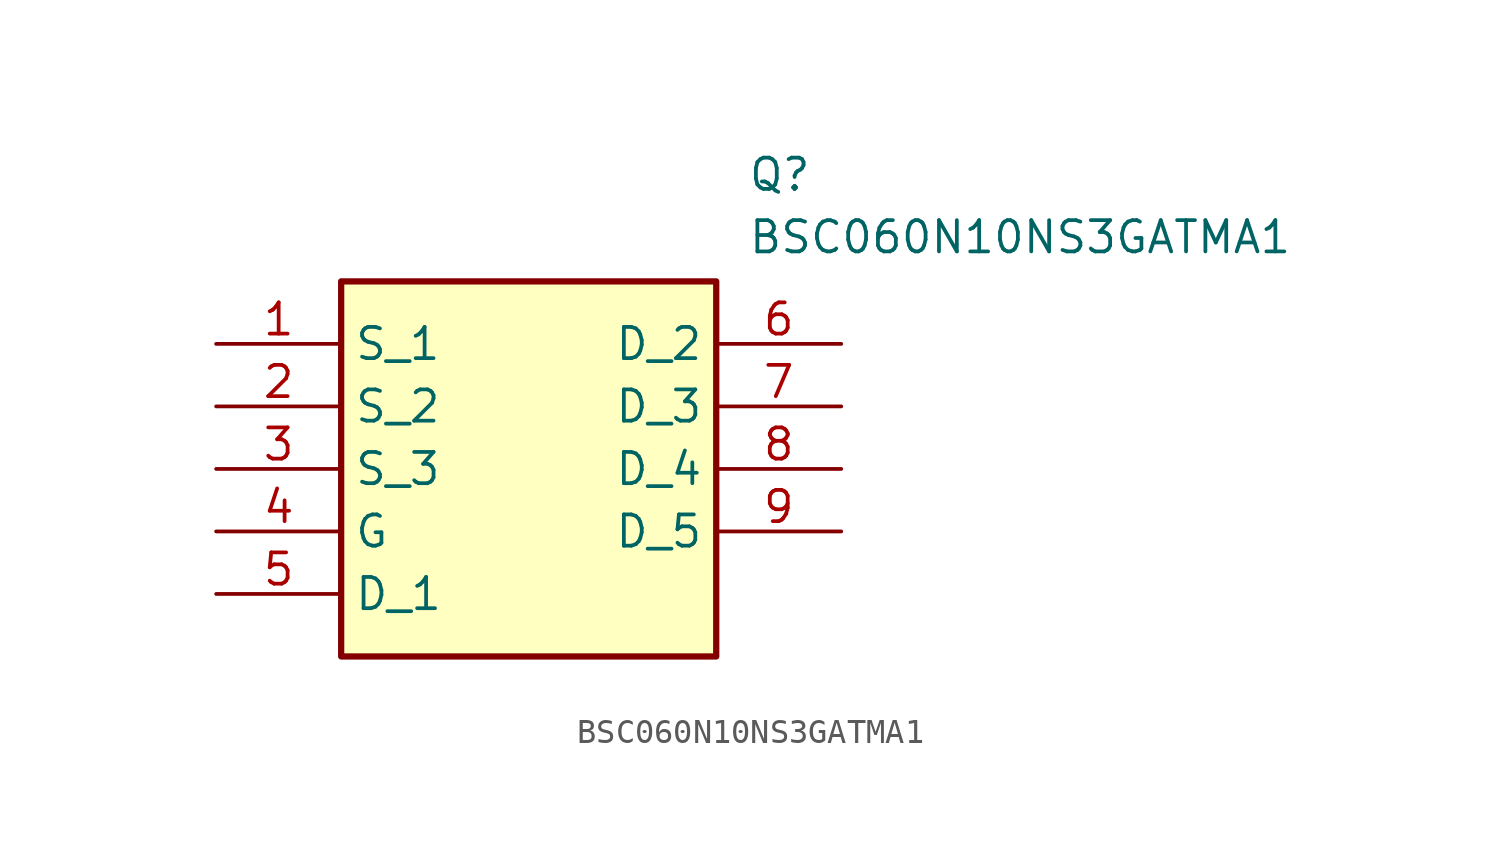
<source format=kicad_sym>
(kicad_symbol_lib
  (version 20211014)
  (generator SamacSys_ECAD_Model)
  (symbol "BSC060N10NS3GATMA1"
    (property "Reference" "Q"
      (at 21.59 7.62 0)
      (effects (font (size 1.27 1.27)) (justify left top)))
    (property "Value" "BSC060N10NS3GATMA1"
      (at 21.59 5.08 0)
      (effects (font (size 1.27 1.27)) (justify left top)))
    (rectangle
      (start 5.08 2.54)
      (end 20.32 -12.7)
      (stroke (width 0.254) (type default))
      (fill (type background)))
    (pin passive line
      (at 0 0 0)
      (length 5.08)
      (name "S_1" (effects (font (size 1.27 1.27))))
      (number "1" (effects (font (size 1.27 1.27)))))
    (pin passive line
      (at 0 -2.54 0)
      (length 5.08)
      (name "S_2" (effects (font (size 1.27 1.27))))
      (number "2" (effects (font (size 1.27 1.27)))))
    (pin passive line
      (at 0 -5.08 0)
      (length 5.08)
      (name "S_3" (effects (font (size 1.27 1.27))))
      (number "3" (effects (font (size 1.27 1.27)))))
    (pin passive line
      (at 0 -7.62 0)
      (length 5.08)
      (name "G" (effects (font (size 1.27 1.27))))
      (number "4" (effects (font (size 1.27 1.27)))))
    (pin passive line
      (at 0 -10.16 0)
      (length 5.08)
      (name "D_1" (effects (font (size 1.27 1.27))))
      (number "5" (effects (font (size 1.27 1.27)))))
    (pin passive line
      (at 25.4 0 180)
      (length 5.08)
      (name "D_2" (effects (font (size 1.27 1.27))))
      (number "6" (effects (font (size 1.27 1.27)))))
    (pin passive line
      (at 25.4 -2.54 180)
      (length 5.08)
      (name "D_3" (effects (font (size 1.27 1.27))))
      (number "7" (effects (font (size 1.27 1.27)))))
    (pin passive line
      (at 25.4 -5.08 180)
      (length 5.08)
      (name "D_4" (effects (font (size 1.27 1.27))))
      (number "8" (effects (font (size 1.27 1.27)))))
    (pin passive line
      (at 25.4 -7.62 180)
      (length 5.08)
      (name "D_5" (effects (font (size 1.27 1.27))))
      (number "9" (effects (font (size 1.27 1.27)))))))
</source>
